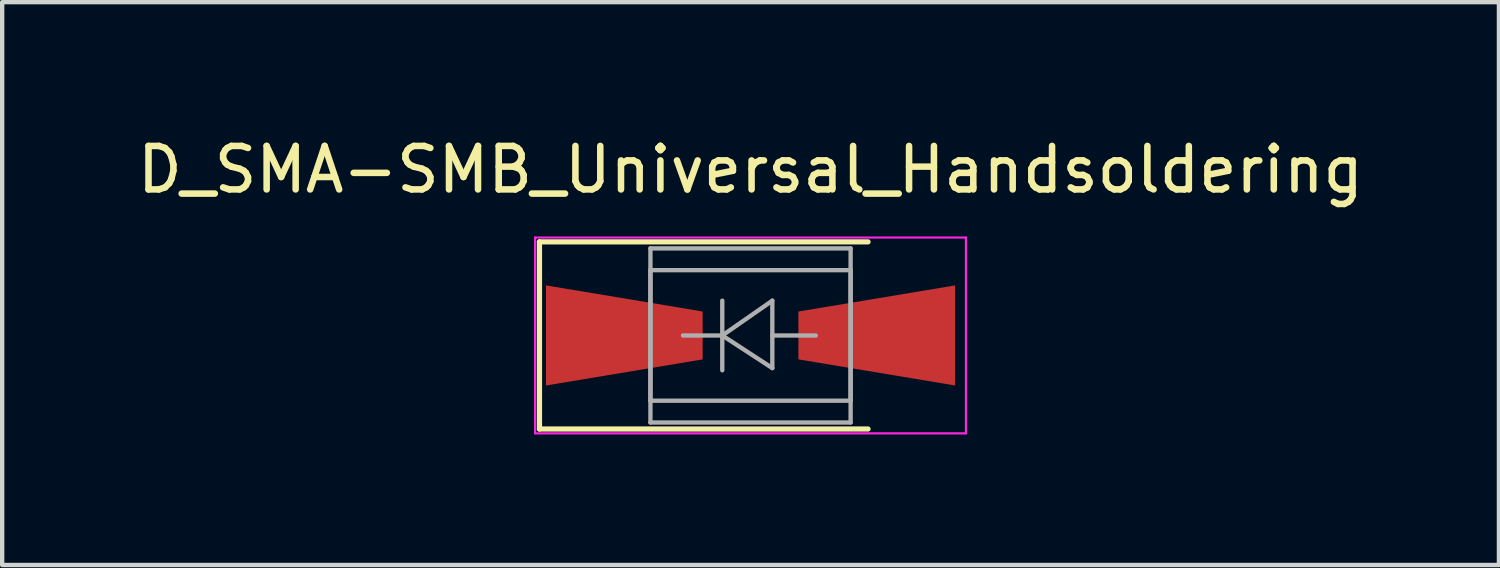
<source format=kicad_pcb>
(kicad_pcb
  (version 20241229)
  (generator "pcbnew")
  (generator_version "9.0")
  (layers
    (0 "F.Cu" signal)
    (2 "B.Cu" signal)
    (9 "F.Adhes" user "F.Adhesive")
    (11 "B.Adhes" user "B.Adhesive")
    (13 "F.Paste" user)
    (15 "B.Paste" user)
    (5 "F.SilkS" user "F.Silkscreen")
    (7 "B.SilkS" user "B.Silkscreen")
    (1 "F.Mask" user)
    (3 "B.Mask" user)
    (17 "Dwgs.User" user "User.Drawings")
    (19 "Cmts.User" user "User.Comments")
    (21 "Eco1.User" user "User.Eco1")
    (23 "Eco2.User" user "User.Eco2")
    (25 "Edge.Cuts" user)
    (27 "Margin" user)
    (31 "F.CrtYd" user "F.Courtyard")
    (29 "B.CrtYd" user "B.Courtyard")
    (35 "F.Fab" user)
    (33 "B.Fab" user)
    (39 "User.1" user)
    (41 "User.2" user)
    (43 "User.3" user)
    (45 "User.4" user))
  (footprint "D_SMA-SMB_Universal_Handsoldering"
    (layer "F.Cu")
    (at 14.196 4.658)
    (property "Reference" "D_SMA-SMB_Universal_Handsoldering" (at 0 -3.81 0) (layer "F.SilkS") (effects (font (size 1 1) (thickness 0.15))))
    (attr smd)
    (fp_line (start -4.85 -2.15) (end -4.85 2.15) (stroke (width 0.12) (type solid)) (layer "F.SilkS"))
    (fp_line (start -4.85 -2.15) (end 2.7 -2.15) (stroke (width 0.12) (type solid)) (layer "F.SilkS"))
    (fp_line (start -4.85 2.15) (end 2.7 2.15) (stroke (width 0.12) (type solid)) (layer "F.SilkS"))
    (fp_line (start -4.95 -2.25) (end 4.95 -2.25) (stroke (width 0.05) (type solid)) (layer "F.CrtYd"))
    (fp_line (start -4.95 2.25) (end -4.95 -2.25) (stroke (width 0.05) (type solid)) (layer "F.CrtYd"))
    (fp_line (start 4.95 -2.25) (end 4.95 2.25) (stroke (width 0.05) (type solid)) (layer "F.CrtYd"))
    (fp_line (start 4.95 2.25) (end -4.95 2.25) (stroke (width 0.05) (type solid)) (layer "F.CrtYd"))
    (fp_line (start -2.3 1.5) (end -2.3 -1.5) (stroke (width 0.1) (type solid)) (layer "F.Fab"))
    (fp_line (start -2.3 2) (end -2.3 -2) (stroke (width 0.1) (type solid)) (layer "F.Fab"))
    (fp_line (start -0.649 -0.799) (end -0.649 0.801) (stroke (width 0.1) (type solid)) (layer "F.Fab"))
    (fp_line (start -0.649 0.001) (end -1.551 0.001) (stroke (width 0.1) (type solid)) (layer "F.Fab"))
    (fp_line (start -0.649 0.001) (end 0.501 -0.799) (stroke (width 0.1) (type solid)) (layer "F.Fab"))
    (fp_line (start -0.649 0.001) (end 0.501 0.75) (stroke (width 0.1) (type solid)) (layer "F.Fab"))
    (fp_line (start 0.501 0.001) (end 1.499 0.001) (stroke (width 0.1) (type solid)) (layer "F.Fab"))
    (fp_line (start 0.501 0.75) (end 0.501 -0.799) (stroke (width 0.1) (type solid)) (layer "F.Fab"))
    (fp_line (start 2.3 -2) (end -2.3 -2) (stroke (width 0.1) (type solid)) (layer "F.Fab"))
    (fp_line (start 2.3 -2) (end 2.3 2) (stroke (width 0.1) (type solid)) (layer "F.Fab"))
    (fp_line (start 2.3 -1.5) (end -2.3 -1.5) (stroke (width 0.1) (type solid)) (layer "F.Fab"))
    (fp_line (start 2.3 -1.5) (end 2.3 1.5) (stroke (width 0.1) (type solid)) (layer "F.Fab"))
    (fp_line (start 2.3 1.5) (end -2.3 1.5) (stroke (width 0.1) (type solid)) (layer "F.Fab"))
    (fp_line (start 2.3 2) (end -2.3 2) (stroke (width 0.1) (type solid)) (layer "F.Fab"))
    (pad "1" smd trapezoid (at -2.9 0) (size 3.6 1.7) (rect_delta 0.6 0) (layers "F.Cu" "F.Mask" "F.Paste"))
    (pad "2" smd trapezoid (at 2.9 0 180) (size 3.6 1.7) (rect_delta 0.6 0) (layers "F.Cu" "F.Mask" "F.Paste")))
  (gr_rect
    (start -3 -3)
    (end 31.393 9.933)
    (stroke (width 0.1) (type default))
    (fill no)
    (layer "Edge.Cuts")))
</source>
